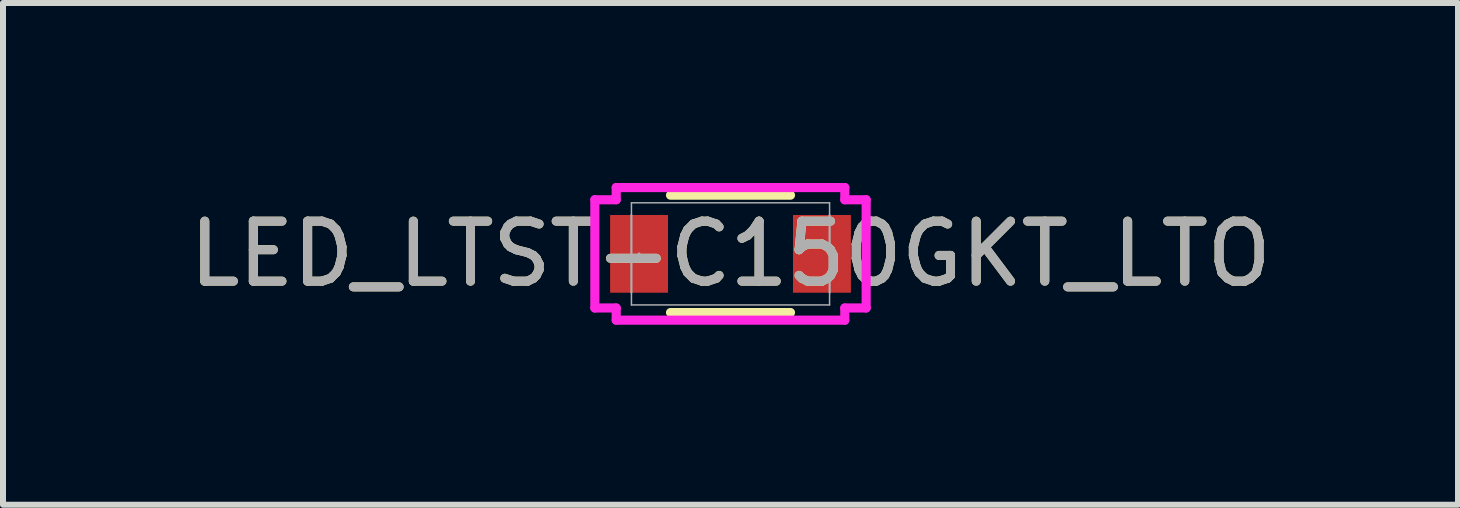
<source format=kicad_pcb>
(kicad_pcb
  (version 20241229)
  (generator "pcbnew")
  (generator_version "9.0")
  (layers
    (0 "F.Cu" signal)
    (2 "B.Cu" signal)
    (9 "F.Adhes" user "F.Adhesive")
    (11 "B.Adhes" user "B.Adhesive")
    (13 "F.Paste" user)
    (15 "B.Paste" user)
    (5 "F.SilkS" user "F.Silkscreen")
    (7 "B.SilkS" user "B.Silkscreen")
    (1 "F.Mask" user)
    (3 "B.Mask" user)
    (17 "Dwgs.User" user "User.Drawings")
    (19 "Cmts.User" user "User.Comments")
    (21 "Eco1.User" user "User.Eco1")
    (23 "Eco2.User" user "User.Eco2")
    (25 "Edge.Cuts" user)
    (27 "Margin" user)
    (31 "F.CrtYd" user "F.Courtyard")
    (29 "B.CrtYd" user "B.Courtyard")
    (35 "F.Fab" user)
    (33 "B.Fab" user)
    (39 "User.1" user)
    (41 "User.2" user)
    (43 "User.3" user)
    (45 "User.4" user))
  (footprint "LED_LTST-C150GKT_LTO"
    (layer "F.Cu")
    (at 9.125 1.181)
    (property "Reference" "LED_LTST-C150GKT_LTO" (at 0 0 0) (unlocked yes) (layer "F.SilkS") (effects (font (size 1 1) (thickness 0.15))))
    (attr smd)
    (fp_line (start -1 0.978) (end 1 0.978) (stroke (width 0.152) (type solid)) (layer "F.SilkS"))
    (fp_line (start 1 -0.978) (end -1 -0.978) (stroke (width 0.152) (type solid)) (layer "F.SilkS"))
    (fp_line (start -2.261 -0.902) (end -1.905 -0.902) (stroke (width 0.152) (type solid)) (layer "F.CrtYd"))
    (fp_line (start -2.261 0.902) (end -2.261 -0.902) (stroke (width 0.152) (type solid)) (layer "F.CrtYd"))
    (fp_line (start -1.905 -1.105) (end 1.905 -1.105) (stroke (width 0.152) (type solid)) (layer "F.CrtYd"))
    (fp_line (start -1.905 -0.902) (end -1.905 -1.105) (stroke (width 0.152) (type solid)) (layer "F.CrtYd"))
    (fp_line (start -1.905 0.902) (end -2.261 0.902) (stroke (width 0.152) (type solid)) (layer "F.CrtYd"))
    (fp_line (start -1.905 1.105) (end -1.905 0.902) (stroke (width 0.152) (type solid)) (layer "F.CrtYd"))
    (fp_line (start 1.905 -1.105) (end 1.905 -0.902) (stroke (width 0.152) (type solid)) (layer "F.CrtYd"))
    (fp_line (start 1.905 -0.902) (end 2.261 -0.902) (stroke (width 0.152) (type solid)) (layer "F.CrtYd"))
    (fp_line (start 1.905 0.902) (end 1.905 1.105) (stroke (width 0.152) (type solid)) (layer "F.CrtYd"))
    (fp_line (start 1.905 1.105) (end -1.905 1.105) (stroke (width 0.152) (type solid)) (layer "F.CrtYd"))
    (fp_line (start 2.261 -0.902) (end 2.261 0.902) (stroke (width 0.152) (type solid)) (layer "F.CrtYd"))
    (fp_line (start 2.261 0.902) (end 1.905 0.902) (stroke (width 0.152) (type solid)) (layer "F.CrtYd"))
    (fp_line (start -1.651 -0.851) (end -1.651 0.851) (stroke (width 0.025) (type solid)) (layer "F.Fab"))
    (fp_line (start -1.651 -0.648) (end -1.651 -0.648) (stroke (width 0.025) (type solid)) (layer "F.Fab"))
    (fp_line (start -1.651 -0.648) (end -1.651 0.648) (stroke (width 0.025) (type solid)) (layer "F.Fab"))
    (fp_line (start -1.651 0.648) (end -1.651 -0.648) (stroke (width 0.025) (type solid)) (layer "F.Fab"))
    (fp_line (start -1.651 0.648) (end -1.651 0.648) (stroke (width 0.025) (type solid)) (layer "F.Fab"))
    (fp_line (start -1.651 0.851) (end 1.651 0.851) (stroke (width 0.025) (type solid)) (layer "F.Fab"))
    (fp_line (start 1.651 -0.851) (end -1.651 -0.851) (stroke (width 0.025) (type solid)) (layer "F.Fab"))
    (fp_line (start 1.651 -0.648) (end 1.651 -0.648) (stroke (width 0.025) (type solid)) (layer "F.Fab"))
    (fp_line (start 1.651 -0.648) (end 1.651 0.648) (stroke (width 0.025) (type solid)) (layer "F.Fab"))
    (fp_line (start 1.651 0.648) (end 1.651 -0.648) (stroke (width 0.025) (type solid)) (layer "F.Fab"))
    (fp_line (start 1.651 0.648) (end 1.651 0.648) (stroke (width 0.025) (type solid)) (layer "F.Fab"))
    (fp_line (start 1.651 0.851) (end 1.651 -0.851) (stroke (width 0.025) (type solid)) (layer "F.Fab"))
    (fp_circle (center -1.524 0) (end -1.524 0) (stroke (width 0.025) (type solid)) (fill no) (layer "F.Fab"))
    (fp_text user "${REFERENCE}" (at 0 0 0) (unlocked yes) (layer "F.Fab") (effects (font (size 1 1) (thickness 0.15))))
    (pad "1" smd rect (at -1.524 0) (size 0.965 1.295) (layers "F.Cu" "F.Mask" "F.Paste"))
    (pad "2" smd rect (at 1.524 0) (size 0.965 1.295) (layers "F.Cu" "F.Mask" "F.Paste"))
    (zone (net_name "") (layer "F.Cu") (hatch full 0.508) (connect_pads) (min_thickness 0.254) (filled_areas_thickness no) (keepout (tracks not_allowed) (vias not_allowed) (pads allowed) (copperpour not_allowed) (footprints allowed)) (placement (enabled no)) (fill) (polygon (pts (xy 8.134 0.381) (xy 10.116 0.381) (xy 10.116 1.981) (xy 8.134 1.981)))))
  (gr_rect
    (start -3 -3)
    (end 21.25 5.362)
    (stroke (width 0.1) (type default))
    (fill no)
    (layer "Edge.Cuts")))
</source>
